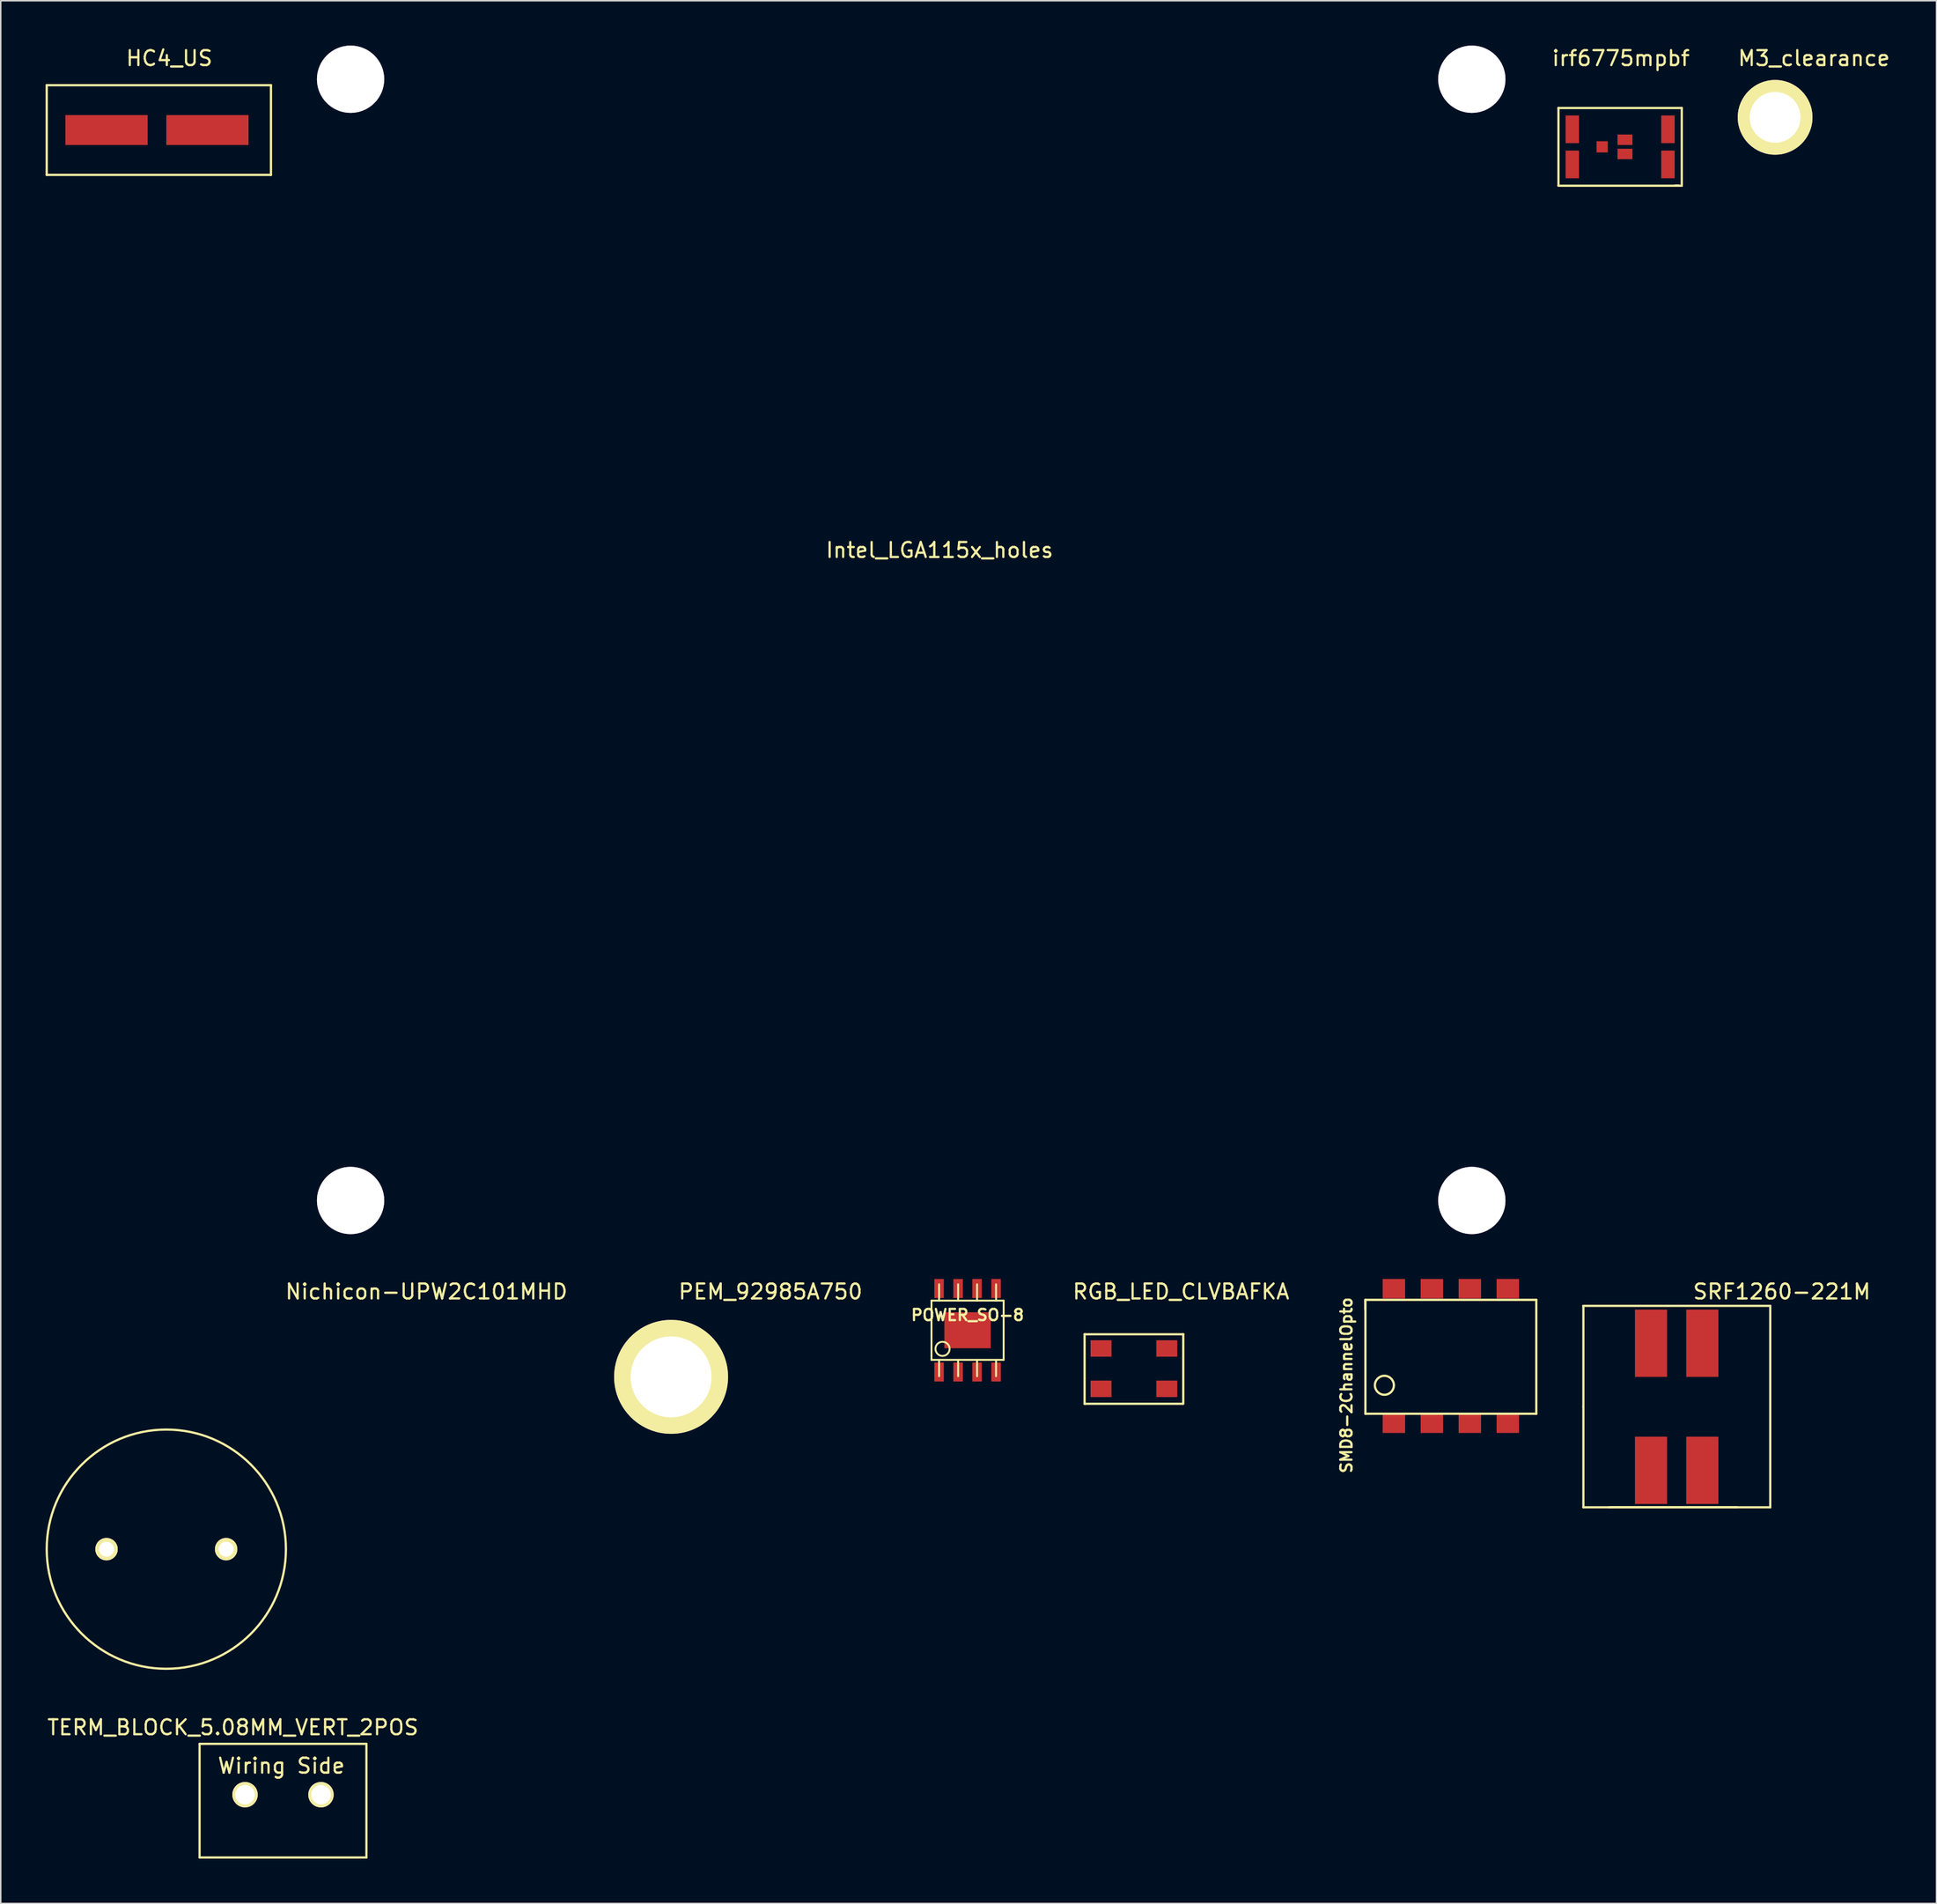
<source format=kicad_pcb>
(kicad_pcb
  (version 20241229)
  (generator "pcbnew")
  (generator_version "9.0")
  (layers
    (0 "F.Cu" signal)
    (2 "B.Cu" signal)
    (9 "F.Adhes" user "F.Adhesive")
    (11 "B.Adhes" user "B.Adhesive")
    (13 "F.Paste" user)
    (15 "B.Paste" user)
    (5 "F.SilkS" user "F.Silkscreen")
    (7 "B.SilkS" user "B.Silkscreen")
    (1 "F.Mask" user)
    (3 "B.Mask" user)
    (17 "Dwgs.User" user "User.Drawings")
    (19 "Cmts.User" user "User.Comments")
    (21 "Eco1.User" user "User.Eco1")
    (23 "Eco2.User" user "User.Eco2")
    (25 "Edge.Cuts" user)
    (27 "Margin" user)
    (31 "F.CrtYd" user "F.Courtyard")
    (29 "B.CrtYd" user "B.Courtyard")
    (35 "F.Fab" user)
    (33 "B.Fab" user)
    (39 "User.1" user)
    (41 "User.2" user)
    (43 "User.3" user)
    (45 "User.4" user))
  (footprint "Nichicon-UPW2C101MHD"
    (layer "F.Cu")
    (at 8.075 100.573)
    (property "Reference" "Nichicon-UPW2C101MHD" (at 17.4 -17.225 0) (layer "F.SilkS") (effects (font (size 1 1) (thickness 0.15))))
    (attr through_hole)
    (fp_circle (center 0 0) (end 0 8) (stroke (width 0.15) (type solid)) (fill no) (layer "F.SilkS"))
    (pad "1" thru_hole circle (at 4 0) (size 1.5 1.5) (drill 1) (layers "*.Cu" "*.Mask" "F.SilkS"))
    (pad "2" thru_hole circle (at -4 0) (size 1.5 1.5) (drill 1) (layers "*.Cu" "*.Mask" "F.SilkS")))
  (footprint "irf6775mpbf"
    (layer "F.Cu")
    (at 104.12 6.773)
    (property "Reference" "irf6775mpbf" (at 1.25 -5.925 0) (layer "F.SilkS") (effects (font (size 1 1) (thickness 0.15))))
    (attr through_hole)
    (fp_line (start -2.925 -2.6) (end 5.325 -2.6) (stroke (width 0.15) (type solid)) (layer "F.SilkS"))
    (fp_line (start -2.925 2.6) (end -2.925 -2.6) (stroke (width 0.15) (type solid)) (layer "F.SilkS"))
    (fp_line (start 4.875 2.6) (end 5.325 2.6) (stroke (width 0.15) (type solid)) (layer "F.SilkS"))
    (fp_line (start 4.9 2.6) (end 5.1 2.6) (stroke (width 0.15) (type solid)) (layer "F.SilkS"))
    (fp_line (start 5.1 2.6) (end -2.925 2.6) (stroke (width 0.15) (type solid)) (layer "F.SilkS"))
    (fp_line (start 5.325 2.6) (end 5.325 -2.6) (stroke (width 0.15) (type solid)) (layer "F.SilkS"))
    (pad "1" smd rect (at 0 0) (size 0.75 0.75) (layers "F.Cu" "F.Mask" "F.Paste"))
    (pad "2" smd rect (at -2 -1.175) (size 0.9 1.85) (layers "F.Cu" "F.Mask" "F.Paste"))
    (pad "2" smd rect (at -2 1.175) (size 0.9 1.85) (layers "F.Cu" "F.Mask" "F.Paste"))
    (pad "2" smd rect (at 4.4 -1.175) (size 0.9 1.85) (layers "F.Cu" "F.Mask" "F.Paste"))
    (pad "2" smd rect (at 4.4 1.175) (size 0.9 1.85) (layers "F.Cu" "F.Mask" "F.Paste"))
    (pad "3" smd rect (at 1.525 -0.475) (size 1 0.7) (layers "F.Cu" "F.Mask" "F.Paste"))
    (pad "3" smd rect (at 1.525 0.475) (size 1 0.7) (layers "F.Cu" "F.Mask" "F.Paste")))
  (footprint "HC4_US"
    (layer "F.Cu")
    (at 4.075 5.648)
    (property "Reference" "HC4_US" (at 4.2 -4.8 0) (layer "F.SilkS") (effects (font (size 1 1) (thickness 0.15))))
    (attr through_hole)
    (fp_line (start -4 -3) (end -4 3) (stroke (width 0.15) (type solid)) (layer "F.SilkS"))
    (fp_line (start -4 3) (end 11 3) (stroke (width 0.15) (type solid)) (layer "F.SilkS"))
    (fp_line (start 11 -3) (end -4 -3) (stroke (width 0.15) (type solid)) (layer "F.SilkS"))
    (fp_line (start 11 3) (end 11 -3) (stroke (width 0.15) (type solid)) (layer "F.SilkS"))
    (pad "1" smd rect (at 0 0) (size 5.5 2) (layers "F.Cu" "F.Mask" "F.Paste"))
    (pad "2" smd rect (at 6.75 0) (size 5.5 2) (layers "F.Cu" "F.Mask" "F.Paste")))
  (footprint "Intel_LGA115x_holes"
    (layer "F.Cu")
    (at 57.9 39.75)
    (property "Reference" "Intel_LGA115x_holes" (at 1.9 -6 0) (layer "F.SilkS") (effects (font (size 1 1) (thickness 0.15))))
    (attr through_hole)
    (pad "1" thru_hole circle (at 37.5 -37.5) (size 4.5 4.5) (drill 4.5) (layers "*.Cu"))
    (pad "2" thru_hole circle (at -37.5 -37.5) (size 4.5 4.5) (drill 4.5) (layers "*.Cu"))
    (pad "3" thru_hole circle (at 37.5 37.5) (size 4.5 4.5) (drill 4.5) (layers "*.Cu"))
    (pad "4" thru_hole circle (at -37.5 37.5) (size 4.5 4.5) (drill 4.5) (layers "*.Cu")))
  (footprint "PEM_92985A750"
    (layer "F.Cu")
    (at 41.839 89.048)
    (property "Reference" "PEM_92985A750" (at 6.65 -5.7 0) (layer "F.SilkS") (effects (font (size 1 1) (thickness 0.15))))
    (attr through_hole)
    (pad "1" thru_hole circle (at 0 0) (size 7.62 7.62) (drill 5.41) (layers "*.Cu" "*.Mask" "F.SilkS")))
  (footprint "TERM_BLOCK_5.08MM_VERT_2POS"
    (layer "F.Cu")
    (at 13.34 116.996)
    (property "Reference" "TERM_BLOCK_5.08MM_VERT_2POS" (at -0.81 -4.5 0) (layer "F.SilkS") (effects (font (size 1 1) (thickness 0.15))))
    (attr through_hole)
    (fp_line (start -3.04 -3.4) (end 8.12 -3.4) (stroke (width 0.15) (type solid)) (layer "F.SilkS"))
    (fp_line (start -3.04 4.2) (end -3.04 -3.4) (stroke (width 0.15) (type solid)) (layer "F.SilkS"))
    (fp_line (start 8.12 4.2) (end -3.04 4.2) (stroke (width 0.15) (type solid)) (layer "F.SilkS"))
    (fp_line (start 8.12 4.2) (end 8.12 -3.4) (stroke (width 0.15) (type solid)) (layer "F.SilkS"))
    (fp_text user "Wiring Side" (at 2.43 -1.93 0) (layer "F.SilkS") (effects (font (size 1 1) (thickness 0.15))))
    (pad "1" thru_hole circle (at 0 0) (size 1.7 1.7) (drill 1.3) (layers "*.Cu" "*.Mask" "F.SilkS"))
    (pad "2" thru_hole circle (at 5.08 0) (size 1.7 1.7) (drill 1.3) (layers "*.Cu" "*.Mask" "F.SilkS")))
  (footprint "M3_clearance"
    (layer "F.Cu")
    (at 115.687 4.798)
    (property "Reference" "M3_clearance" (at 2.6 -3.95 0) (layer "F.SilkS") (effects (font (size 1 1) (thickness 0.15))))
    (attr through_hole)
    (pad "1" thru_hole circle (at 0 0) (size 5 5) (drill 3.4) (layers "*.Cu" "*.Mask" "F.SilkS")))
  (footprint "SMD8-2ChannelOpto"
    (layer "F.Cu")
    (at 90.187 92.15)
    (property "Reference" "SMD8-2ChannelOpto" (at -3.175 -2.54 90) (layer "F.SilkS") (effects (font (size 0.749 0.749) (thickness 0.15))))
    (attr smd)
    (fp_line (start -1.905 -8.255) (end -1.905 -7.62) (stroke (width 0.15) (type solid)) (layer "F.SilkS"))
    (fp_line (start -1.905 -8.255) (end -1.905 -0.635) (stroke (width 0.15) (type solid)) (layer "F.SilkS"))
    (fp_line (start -1.905 -0.635) (end 9.525 -0.635) (stroke (width 0.15) (type solid)) (layer "F.SilkS"))
    (fp_line (start 9.525 -8.255) (end -1.905 -8.255) (stroke (width 0.15) (type solid)) (layer "F.SilkS"))
    (fp_line (start 9.525 -0.635) (end 9.525 -8.255) (stroke (width 0.15) (type solid)) (layer "F.SilkS"))
    (fp_circle (center -0.635 -2.54) (end 0 -2.54) (stroke (width 0.15) (type solid)) (fill no) (layer "F.SilkS"))
    (pad "1" smd rect (at 0 0) (size 1.5 1.3) (layers "F.Cu" "F.Mask" "F.Paste"))
    (pad "2" smd rect (at 2.54 0) (size 1.5 1.3) (layers "F.Cu" "F.Mask" "F.Paste"))
    (pad "3" smd rect (at 5.08 0) (size 1.5 1.3) (layers "F.Cu" "F.Mask" "F.Paste"))
    (pad "4" smd rect (at 7.62 0) (size 1.5 1.3) (layers "F.Cu" "F.Mask" "F.Paste"))
    (pad "5" smd rect (at 7.62 -9) (size 1.5 1.3) (layers "F.Cu" "F.Mask" "F.Paste"))
    (pad "6" smd rect (at 5.08 -9) (size 1.5 1.3) (layers "F.Cu" "F.Mask" "F.Paste"))
    (pad "7" smd rect (at 2.54 -9) (size 1.5 1.3) (layers "F.Cu" "F.Mask" "F.Paste"))
    (pad "8" smd rect (at 0 -9) (size 1.5 1.3) (layers "F.Cu" "F.Mask" "F.Paste")))
  (footprint "SRF1260-221M"
    (layer "F.Cu")
    (at 109.112 91.048)
    (property "Reference" "SRF1260-221M" (at 7.025 -7.7 0) (layer "F.SilkS") (effects (font (size 1 1) (thickness 0.15))))
    (attr through_hole)
    (fp_line (start -6.25 -6.75) (end -6.25 0) (stroke (width 0.15) (type solid)) (layer "F.SilkS"))
    (fp_line (start -6.25 0) (end -6.25 6.725) (stroke (width 0.15) (type solid)) (layer "F.SilkS"))
    (fp_line (start -6.25 6.725) (end -4.25 6.725) (stroke (width 0.15) (type solid)) (layer "F.SilkS"))
    (fp_line (start -4.525 6.725) (end 4.025 6.725) (stroke (width 0.15) (type solid)) (layer "F.SilkS"))
    (fp_line (start -4.25 6.725) (end 6.25 6.725) (stroke (width 0.15) (type solid)) (layer "F.SilkS"))
    (fp_line (start 6.25 -6.75) (end -6.25 -6.75) (stroke (width 0.15) (type solid)) (layer "F.SilkS"))
    (fp_line (start 6.25 6.725) (end 6.25 -6.75) (stroke (width 0.15) (type solid)) (layer "F.SilkS"))
    (pad "1" smd rect (at 1.705 -4.25) (size 2.15 4.5) (layers "F.Cu" "F.Mask" "F.Paste"))
    (pad "2" smd rect (at -1.725 -4.25) (size 2.15 4.5) (layers "F.Cu" "F.Mask" "F.Paste"))
    (pad "3" smd rect (at -1.725 4.25) (size 2.15 4.5) (layers "F.Cu" "F.Mask" "F.Paste"))
    (pad "4" smd rect (at 1.705 4.25) (size 2.15 4.5) (layers "F.Cu" "F.Mask" "F.Paste")))
  (footprint "POWER_SO-8"
    (layer "F.Cu")
    (at 61.671 85.929)
    (property "Reference" "POWER_SO-8" (at 0 -1.016 0) (layer "F.SilkS") (effects (font (size 0.749 0.749) (thickness 0.15))))
    (attr smd)
    (fp_line (start -2.413 -1.981) (end -2.413 1.981) (stroke (width 0.127) (type solid)) (layer "F.SilkS"))
    (fp_line (start -2.413 1.981) (end 2.413 1.981) (stroke (width 0.127) (type solid)) (layer "F.SilkS"))
    (fp_line (start -1.905 -1.981) (end -1.905 -3.073) (stroke (width 0.127) (type solid)) (layer "F.SilkS"))
    (fp_line (start -1.905 3.073) (end -1.905 1.981) (stroke (width 0.127) (type solid)) (layer "F.SilkS"))
    (fp_line (start -0.635 -1.981) (end -0.635 -3.073) (stroke (width 0.127) (type solid)) (layer "F.SilkS"))
    (fp_line (start -0.635 3.073) (end -0.635 1.981) (stroke (width 0.127) (type solid)) (layer "F.SilkS"))
    (fp_line (start 0.635 -1.981) (end 0.635 -3.073) (stroke (width 0.127) (type solid)) (layer "F.SilkS"))
    (fp_line (start 0.635 3.073) (end 0.635 1.981) (stroke (width 0.127) (type solid)) (layer "F.SilkS"))
    (fp_line (start 1.905 -3.073) (end 1.905 -1.981) (stroke (width 0.127) (type solid)) (layer "F.SilkS"))
    (fp_line (start 1.905 1.981) (end 1.905 3.073) (stroke (width 0.127) (type solid)) (layer "F.SilkS"))
    (fp_line (start 2.413 -1.981) (end -2.413 -1.981) (stroke (width 0.127) (type solid)) (layer "F.SilkS"))
    (fp_line (start 2.413 1.981) (end 2.413 -1.981) (stroke (width 0.127) (type solid)) (layer "F.SilkS"))
    (fp_circle (center -1.676 1.245) (end -1.956 1.626) (stroke (width 0.127) (type solid)) (fill no) (layer "F.SilkS"))
    (pad "1" smd rect (at -1.905 2.794) (size 0.635 1.27) (layers "F.Cu" "F.Mask" "F.Paste"))
    (pad "1" smd rect (at 0 0) (size 3.1 2.41) (layers "F.Cu" "F.Mask" "F.Paste"))
    (pad "2" smd rect (at -0.635 2.794) (size 0.635 1.27) (layers "F.Cu" "F.Mask" "F.Paste"))
    (pad "3" smd rect (at 0.635 2.794) (size 0.635 1.27) (layers "F.Cu" "F.Mask" "F.Paste"))
    (pad "4" smd rect (at 1.905 2.794) (size 0.635 1.27) (layers "F.Cu" "F.Mask" "F.Paste"))
    (pad "5" smd rect (at 1.905 -2.794) (size 0.635 1.27) (layers "F.Cu" "F.Mask" "F.Paste"))
    (pad "6" smd rect (at 0.635 -2.794) (size 0.635 1.27) (layers "F.Cu" "F.Mask" "F.Paste"))
    (pad "7" smd rect (at -0.635 -2.794) (size 0.635 1.27) (layers "F.Cu" "F.Mask" "F.Paste"))
    (pad "8" smd rect (at -1.905 -2.794) (size 0.635 1.27) (layers "F.Cu" "F.Mask" "F.Paste")))
  (footprint "RGB_LED_CLVBAFKA"
    (layer "F.Cu")
    (at 72.798 88.498)
    (property "Reference" "RGB_LED_CLVBAFKA" (at 3.15 -5.15 0) (layer "F.SilkS") (effects (font (size 1 1) (thickness 0.15))))
    (attr through_hole)
    (fp_line (start -3.3 -2.3) (end -3.3 2.35) (stroke (width 0.15) (type solid)) (layer "F.SilkS"))
    (fp_line (start -3.3 -2.3) (end 3.3 -2.3) (stroke (width 0.15) (type solid)) (layer "F.SilkS"))
    (fp_line (start 3.25 2.35) (end -3.3 2.35) (stroke (width 0.15) (type solid)) (layer "F.SilkS"))
    (fp_line (start 3.3 -2.3) (end 3.3 2.35) (stroke (width 0.15) (type solid)) (layer "F.SilkS"))
    (pad "1" smd rect (at -2.2 -1.35) (size 1.4 1.1) (layers "F.Cu" "F.Mask" "F.Paste"))
    (pad "2" smd rect (at -2.2 1.35) (size 1.4 1.1) (layers "F.Cu" "F.Mask" "F.Paste"))
    (pad "3" smd rect (at 2.2 1.35) (size 1.4 1.1) (layers "F.Cu" "F.Mask" "F.Paste"))
    (pad "4" smd rect (at 2.2 -1.35) (size 1.4 1.1) (layers "F.Cu" "F.Mask" "F.Paste")))
  (gr_rect
    (start -3 -3)
    (end 126.483 124.272)
    (stroke (width 0.1) (type default))
    (fill no)
    (layer "Edge.Cuts")))
</source>
